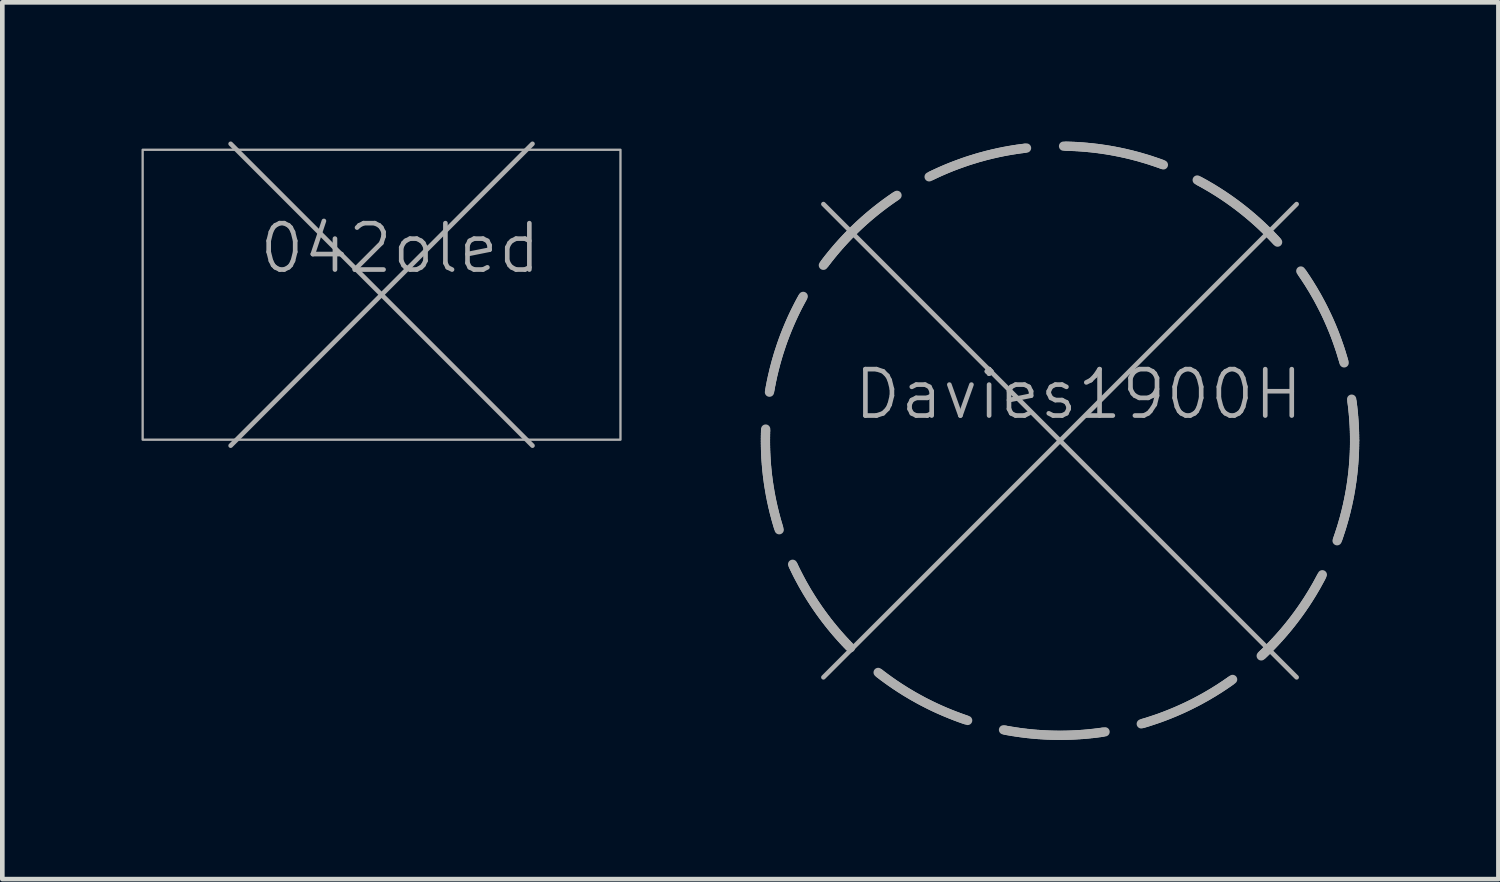
<source format=kicad_pcb>
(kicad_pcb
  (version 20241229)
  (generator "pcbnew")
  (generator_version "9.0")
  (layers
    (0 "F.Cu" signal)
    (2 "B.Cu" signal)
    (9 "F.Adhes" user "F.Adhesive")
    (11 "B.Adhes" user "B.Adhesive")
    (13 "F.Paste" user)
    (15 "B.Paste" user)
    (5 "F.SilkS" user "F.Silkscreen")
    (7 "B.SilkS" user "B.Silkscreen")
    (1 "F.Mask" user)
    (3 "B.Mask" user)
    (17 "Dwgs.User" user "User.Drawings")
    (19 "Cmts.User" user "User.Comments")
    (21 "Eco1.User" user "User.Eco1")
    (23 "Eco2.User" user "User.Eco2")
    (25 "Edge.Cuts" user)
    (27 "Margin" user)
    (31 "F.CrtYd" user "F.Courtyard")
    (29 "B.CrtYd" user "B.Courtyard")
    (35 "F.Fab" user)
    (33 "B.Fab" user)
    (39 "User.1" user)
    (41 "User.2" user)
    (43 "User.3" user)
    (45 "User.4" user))
  (footprint "042oled"
    (layer "F.Cu")
    (at 5.175 3.303)
    (property "Reference" "042oled" (at 0.4 -1 0) (unlocked yes) (layer "F.Fab") (effects (font (size 1 1) (thickness 0.1))))
    (fp_rect (start -5.15 -3.125) (end 5.15 3.125) (stroke (width 0.05) (type default)) (fill no) (layer "F.Fab"))
    (dimension (type center) (layer "F.Fab") (pts (xy 5.175 3.303) (xy 8.428 0.05)) (style (thickness 0.1) (arrow_length 1.27) (text_position_mode 0) (extension_offset 0.5) (keep_text_aligned yes))))
  (footprint "Davies1900H"
    (layer "F.Cu")
    (at 19.8 6.45)
    (property "Reference" "Davies1900H" (at 0.4 -1 0) (unlocked yes) (layer "F.Fab") (effects (font (size 1 1) (thickness 0.1))))
    (fp_circle (center 0 0) (end 6.35 0) (stroke (width 0.2) (type dash)) (fill no) (layer "F.Fab"))
    (dimension (type center) (layer "F.Fab") (pts (xy 19.8 6.45) (xy 24.9 1.35)) (style (thickness 0.1) (arrow_length 1.27) (text_position_mode 0) (extension_offset 0.5) (keep_text_aligned yes))))
  (gr_rect
    (start -3 -3)
    (end 29.25 15.9)
    (stroke (width 0.1) (type default))
    (fill no)
    (layer "Edge.Cuts")))
</source>
